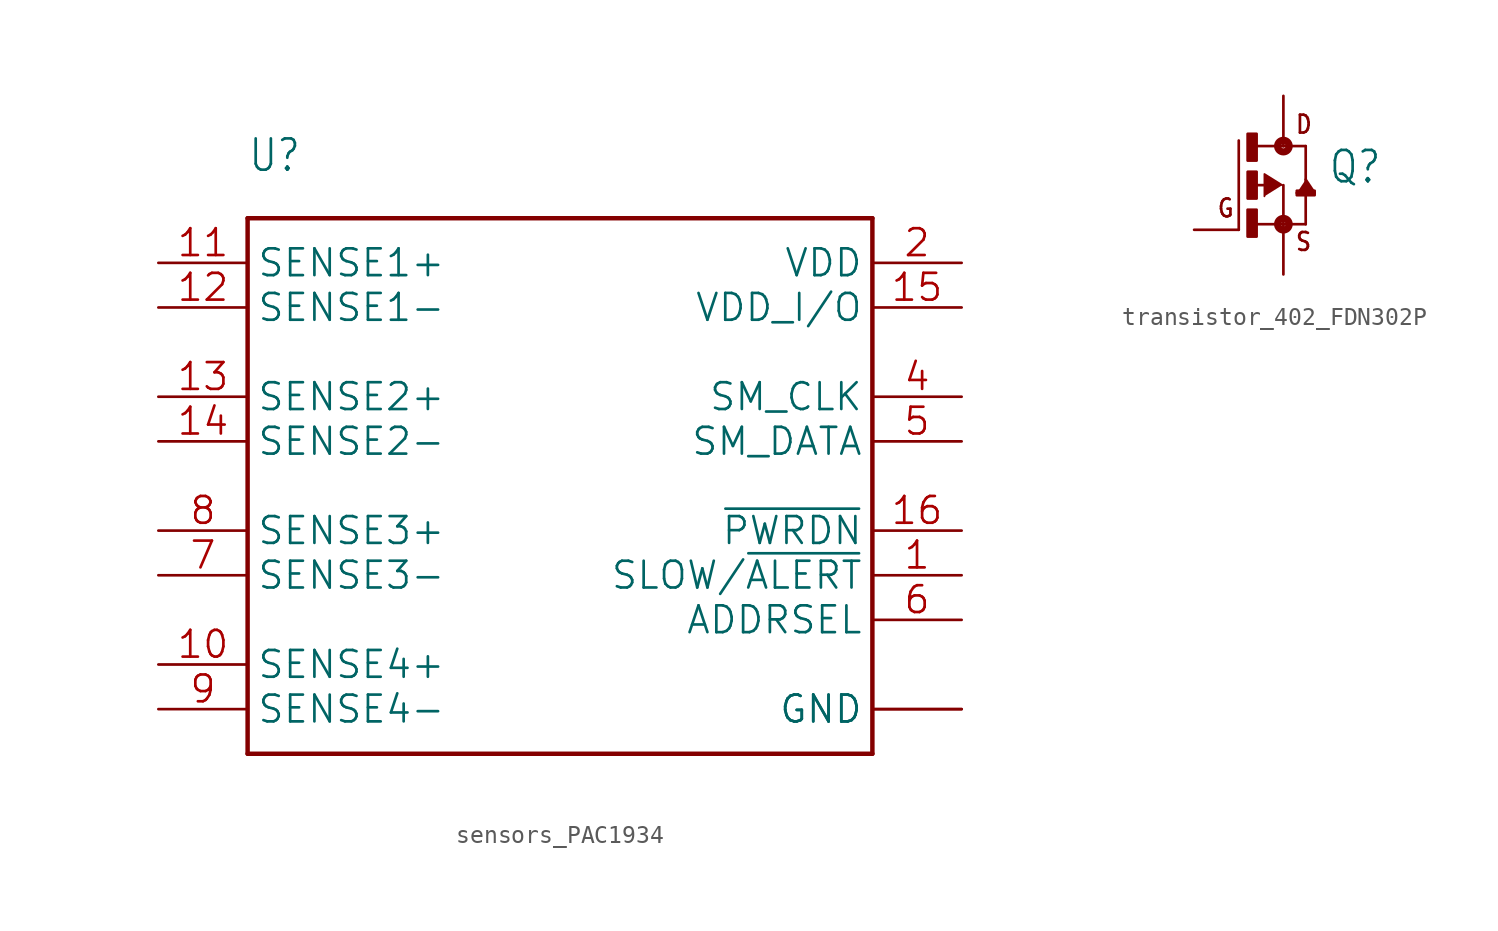
<source format=kicad_sym>
(kicad_symbol_lib
  (version 20241209)
  (generator "kicad_symbol_editor")
  (generator_version "9.0")
  (symbol "sensors_PAC1934"
    (property "Reference" "U"
      (at -17.78 17.78 0)
      (effects (font (size 1.778 1.511)) (justify left bottom)))
    (property "Value" ""
      (at -5.08 17.78 0)
      (effects (font (size 1.778 1.511)) (justify left bottom)))
    (property "ki_locked" ""
      (at 0 0 0)
      (effects (font (size 1.27 1.27))))
    (symbol "sensors_PAC1934_1_0"
      (polyline (pts (xy -17.78 15.24) (xy -17.78 -15.24)) (stroke (width 0.254) (type solid)) (fill (type none)))
      (polyline (pts (xy -17.78 -15.24) (xy 17.78 -15.24)) (stroke (width 0.254) (type solid)) (fill (type none)))
      (polyline (pts (xy 17.78 15.24) (xy -17.78 15.24)) (stroke (width 0.254) (type solid)) (fill (type none)))
      (polyline (pts (xy 17.78 -15.24) (xy 17.78 15.24)) (stroke (width 0.254) (type solid)) (fill (type none)))
      (pin bidirectional line (at -22.86 12.7 0) (length 5.08) (name "SENSE1+" (effects (font (size 1.524 1.524)))) (number "11" (effects (font (size 1.524 1.524)))))
      (pin bidirectional line (at -22.86 10.16 0) (length 5.08) (name "SENSE1-" (effects (font (size 1.524 1.524)))) (number "12" (effects (font (size 1.524 1.524)))))
      (pin bidirectional line (at -22.86 5.08 0) (length 5.08) (name "SENSE2+" (effects (font (size 1.524 1.524)))) (number "13" (effects (font (size 1.524 1.524)))))
      (pin bidirectional line (at -22.86 2.54 0) (length 5.08) (name "SENSE2-" (effects (font (size 1.524 1.524)))) (number "14" (effects (font (size 1.524 1.524)))))
      (pin bidirectional line (at -22.86 -2.54 0) (length 5.08) (name "SENSE3+" (effects (font (size 1.524 1.524)))) (number "8" (effects (font (size 1.524 1.524)))))
      (pin bidirectional line (at -22.86 -5.08 0) (length 5.08) (name "SENSE3-" (effects (font (size 1.524 1.524)))) (number "7" (effects (font (size 1.524 1.524)))))
      (pin bidirectional line (at -22.86 -10.16 0) (length 5.08) (name "SENSE4+" (effects (font (size 1.524 1.524)))) (number "10" (effects (font (size 1.524 1.524)))))
      (pin bidirectional line (at -22.86 -12.7 0) (length 5.08) (name "SENSE4-" (effects (font (size 1.524 1.524)))) (number "9" (effects (font (size 1.524 1.524)))))
      (pin bidirectional line (at 22.86 12.7 180) (length 5.08) (name "VDD" (effects (font (size 1.524 1.524)))) (number "2" (effects (font (size 1.524 1.524)))))
      (pin bidirectional line (at 22.86 10.16 180) (length 5.08) (name "VDD_I/O" (effects (font (size 1.524 1.524)))) (number "15" (effects (font (size 1.524 1.524)))))
      (pin bidirectional line (at 22.86 5.08 180) (length 5.08) (name "SM_CLK" (effects (font (size 1.524 1.524)))) (number "4" (effects (font (size 1.524 1.524)))))
      (pin bidirectional line (at 22.86 2.54 180) (length 5.08) (name "SM_DATA" (effects (font (size 1.524 1.524)))) (number "5" (effects (font (size 1.524 1.524)))))
      (pin bidirectional line (at 22.86 -2.54 180) (length 5.08) (name "~{PWRDN}" (effects (font (size 1.524 1.524)))) (number "16" (effects (font (size 1.524 1.524)))))
      (pin bidirectional line (at 22.86 -5.08 180) (length 5.08) (name "SLOW/~{ALERT}" (effects (font (size 1.524 1.524)))) (number "1" (effects (font (size 1.524 1.524)))))
      (pin bidirectional line (at 22.86 -7.62 180) (length 5.08) (name "ADDRSEL" (effects (font (size 1.524 1.524)))) (number "6" (effects (font (size 1.524 1.524)))))
      (pin bidirectional line (at 22.86 -12.7 180) (length 5.08) (name "GND" (effects (font (size 1.524 1.524)))) (number "17" (effects (font (size 0 0)))))
      (pin bidirectional line (at 22.86 -12.7 180) (length 5.08) (name "GND" (effects (font (size 1.524 1.524)))) (number "3" (effects (font (size 0 0)))))))
  (symbol "transistor_402_FDN302P"
    (property "Reference" "Q"
      (at 2.543 0 0)
      (effects (font (size 1.78 1.513)) (justify left bottom)))
    (property "Value" ""
      (at 2.542 -2.542 0)
      (effects (font (size 1.78 1.513)) (justify left bottom)))
    (property "ki_locked" ""
      (at 0 0 0)
      (effects (font (size 1.27 1.27))))
    (symbol "transistor_402_FDN302P_1_0"
      (polyline (pts (xy -2.54 -2.54) (xy -2.54 2.54)) (stroke (width 0.152) (type solid)) (fill (type none)))
      (rectangle (start -2.036 -2.926) (end -1.524 -1.397) (stroke (width 0) (type default)) (fill (type outline)))
      (rectangle (start -2.034 1.398) (end -1.524 2.921) (stroke (width 0) (type default)) (fill (type outline)))
      (rectangle (start -2.032 -0.762) (end -1.524 0.762) (stroke (width 0) (type default)) (fill (type outline)))
      (polyline (pts (xy -1.905 -2.223) (xy 0 -2.223)) (stroke (width 0.152) (type solid)) (fill (type none)))
      (polyline (pts (xy -1.587 2.223) (xy 0 2.223)) (stroke (width 0.152) (type solid)) (fill (type none)))
      (polyline (pts (xy -1.079 0) (xy -1.905 0)) (stroke (width 0.152) (type solid)) (fill (type none)))
      (polyline (pts (xy -0.064 0) (xy -1.079 0.635) (xy -1.079 -0.635)) (stroke (width 0.102) (type solid)) (fill (type outline)))
      (polyline (pts (xy 0 2.54) (xy 0 2.223)) (stroke (width 0.152) (type solid)) (fill (type none)))
      (circle (center 0 2.223) (radius 0.127) (stroke (width 0.406) (type solid)) (fill (type none)))
      (polyline (pts (xy 0 2.223) (xy 1.27 2.223)) (stroke (width 0.152) (type solid)) (fill (type none)))
      (polyline (pts (xy 0 0) (xy 0 -2.223)) (stroke (width 0.152) (type solid)) (fill (type none)))
      (polyline (pts (xy 0 -2.223) (xy 0 -2.54)) (stroke (width 0.152) (type solid)) (fill (type none)))
      (circle (center 0 -2.223) (radius 0.127) (stroke (width 0.406) (type solid)) (fill (type none)))
      (polyline (pts (xy 1.27 2.223) (xy 1.27 -2.223)) (stroke (width 0.152) (type solid)) (fill (type none)))
      (polyline (pts (xy 1.27 0.318) (xy 1.778 -0.445) (xy 0.762 -0.445)) (stroke (width 0.152) (type solid)) (fill (type outline)))
      (polyline (pts (xy 1.27 -2.223) (xy 0 -2.223)) (stroke (width 0.152) (type solid)) (fill (type none)))
      (rectangle (start 1.778 -0.317) (end 0.763 -0.572) (stroke (width 0) (type default)) (fill (type outline)))
      (text "G" (at -3.814 -1.907 0) (effects (font (size 1.017 0.864)) (justify left bottom)))
      (text "D" (at 0.636 2.861 0) (effects (font (size 1.017 0.865)) (justify left bottom)))
      (text "S" (at 0.636 -3.816 0) (effects (font (size 1.018 0.865)) (justify left bottom)))
      (pin passive line (at -5.08 -2.54 0) (length 2.54) (name "G" (effects (font (size 0 0)))) (number "1" (effects (font (size 0 0)))))
      (pin passive line (at 0 5.08 270) (length 2.54) (name "D" (effects (font (size 0 0)))) (number "3" (effects (font (size 0 0)))))
      (pin passive line (at 0 -5.08 90) (length 2.54) (name "S" (effects (font (size 0 0)))) (number "2" (effects (font (size 0 0))))))))
</source>
